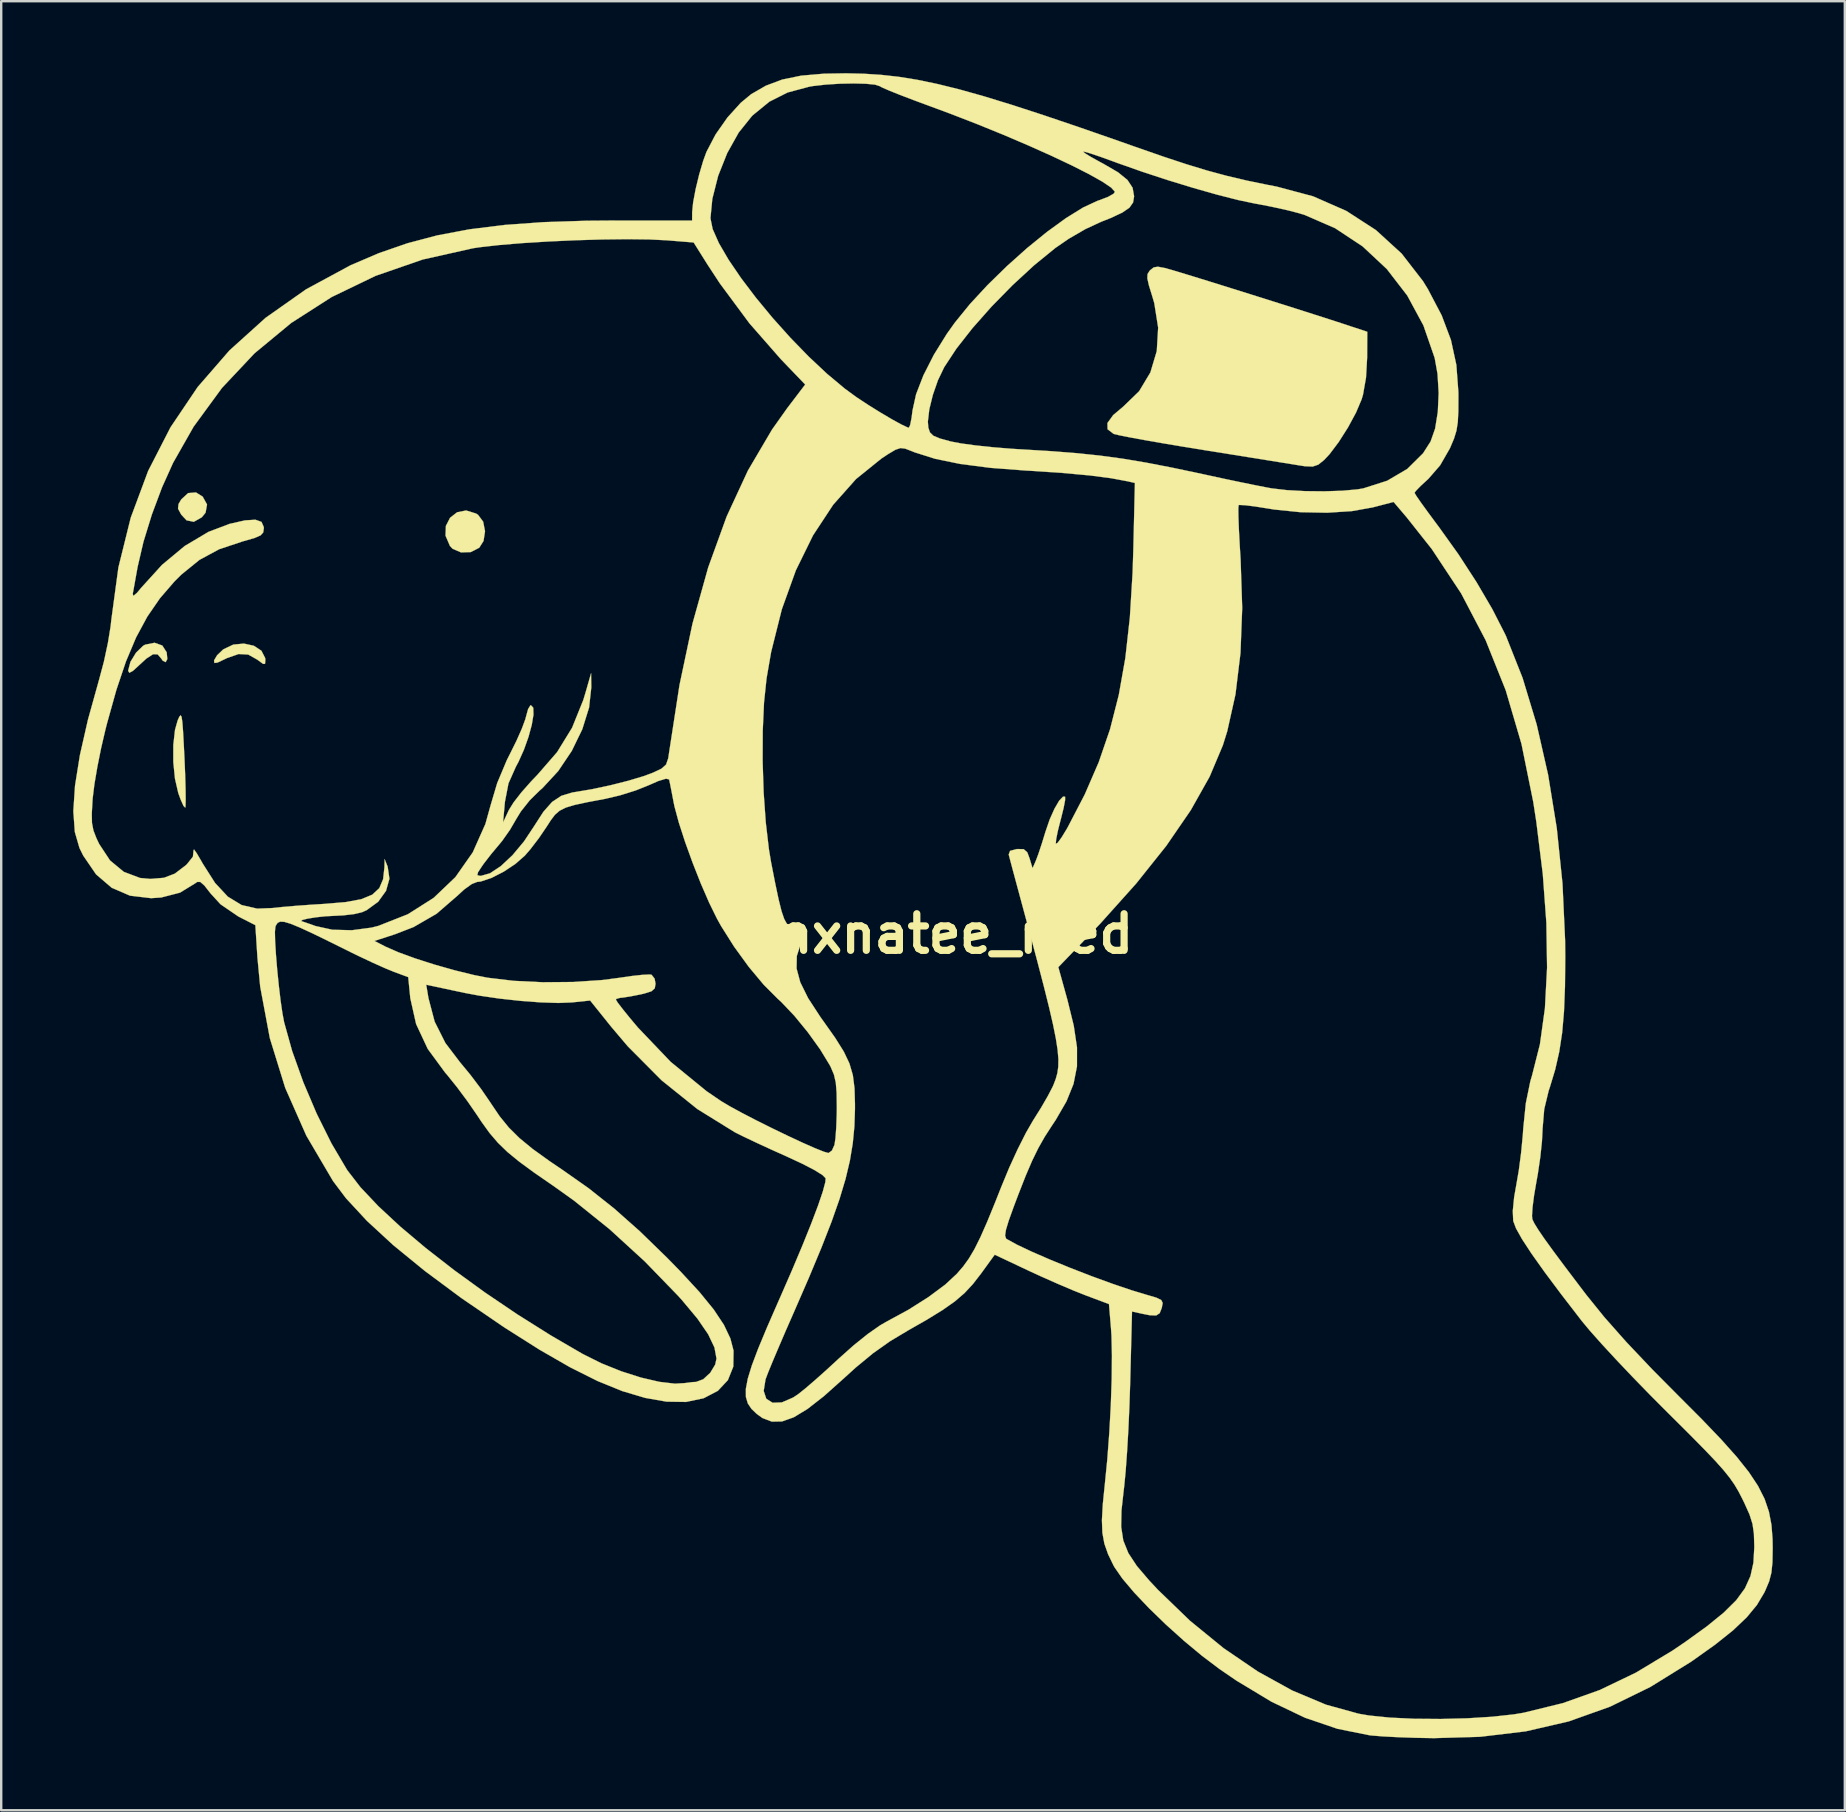
<source format=kicad_pcb>
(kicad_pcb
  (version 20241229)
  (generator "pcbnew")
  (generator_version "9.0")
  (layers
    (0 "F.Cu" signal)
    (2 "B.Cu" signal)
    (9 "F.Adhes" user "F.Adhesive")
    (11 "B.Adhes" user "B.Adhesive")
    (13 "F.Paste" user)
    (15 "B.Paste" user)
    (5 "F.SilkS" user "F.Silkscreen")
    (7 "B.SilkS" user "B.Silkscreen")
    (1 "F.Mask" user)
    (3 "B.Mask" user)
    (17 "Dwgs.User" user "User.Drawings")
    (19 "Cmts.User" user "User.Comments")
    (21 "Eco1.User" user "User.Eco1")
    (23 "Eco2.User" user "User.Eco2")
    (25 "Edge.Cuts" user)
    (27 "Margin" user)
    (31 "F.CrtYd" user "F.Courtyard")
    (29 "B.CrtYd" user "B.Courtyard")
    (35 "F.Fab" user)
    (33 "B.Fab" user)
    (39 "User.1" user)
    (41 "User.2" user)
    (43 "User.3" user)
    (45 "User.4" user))
  (footprint "mxnatee_med"
    (layer "F.Cu")
    (at 36.454 35.855)
    (property "Reference" "mxnatee_med" (at 0 0 0) (layer "F.SilkS") (effects (font (size 1.524 1.524) (thickness 0.3))))
    (attr through_hole)
    (fp_poly (pts (xy -31.061 -18.215) (xy -30.878 -17.887) (xy -30.939 -17.546) (xy -31.093 -17.355) (xy -31.428 -17.165) (xy -31.731 -17.226) (xy -31.952 -17.462) (xy -32.087 -17.711) (xy -32.065 -17.907) (xy -31.952 -18.098) (xy -31.666 -18.361) (xy -31.339 -18.388) (xy -31.061 -18.215)) (stroke (width 0.01) (type solid)) (fill yes) (layer "F.SilkS"))
    (fp_poly (pts (xy -19.672 -17.51) (xy -19.586 -17.455) (xy -19.373 -17.169) (xy -19.296 -16.771) (xy -19.358 -16.367) (xy -19.536 -16.085) (xy -19.891 -15.903) (xy -20.295 -15.89) (xy -20.645 -16.039) (xy -20.757 -16.157) (xy -20.942 -16.586) (xy -20.927 -16.993) (xy -20.752 -17.334) (xy -20.458 -17.563) (xy -20.084 -17.637) (xy -19.672 -17.51)) (stroke (width 0.01) (type solid)) (fill yes) (layer "F.SilkS"))
    (fp_poly (pts (xy -32.742 -12.01) (xy -32.559 -11.726) (xy -32.533 -11.446) (xy -32.602 -11.317) (xy -32.729 -11.383) (xy -32.782 -11.463) (xy -32.934 -11.641) (xy -33.127 -11.647) (xy -33.402 -11.47) (xy -33.681 -11.214) (xy -33.965 -10.955) (xy -34.115 -10.874) (xy -34.163 -10.954) (xy -34.163 -10.972) (xy -34.068 -11.333) (xy -33.835 -11.714) (xy -33.54 -11.999) (xy -33.456 -12.046) (xy -33.064 -12.125) (xy -32.742 -12.01)) (stroke (width 0.01) (type solid)) (fill yes) (layer "F.SilkS"))
    (fp_poly (pts (xy -31.939 -9.04) (xy -31.907 -8.825) (xy -31.877 -8.43) (xy -31.844 -7.827) (xy -31.819 -7.327) (xy -31.79 -6.639) (xy -31.773 -6.045) (xy -31.768 -5.588) (xy -31.775 -5.314) (xy -31.787 -5.255) (xy -31.858 -5.328) (xy -31.974 -5.583) (xy -32.077 -5.866) (xy -32.214 -6.462) (xy -32.284 -7.16) (xy -32.283 -7.869) (xy -32.212 -8.499) (xy -32.102 -8.89) (xy -32.032 -9.045) (xy -31.979 -9.104) (xy -31.939 -9.04)) (stroke (width 0.01) (type solid)) (fill yes) (layer "F.SilkS"))
    (fp_poly (pts (xy -28.93 -12.001) (xy -28.612 -11.793) (xy -28.455 -11.486) (xy -28.448 -11.401) (xy -28.462 -11.247) (xy -28.545 -11.246) (xy -28.758 -11.402) (xy -28.783 -11.421) (xy -29.163 -11.634) (xy -29.561 -11.656) (xy -30.047 -11.487) (xy -30.143 -11.44) (xy -30.441 -11.3) (xy -30.572 -11.282) (xy -30.585 -11.383) (xy -30.583 -11.395) (xy -30.46 -11.603) (xy -30.214 -11.839) (xy -30.194 -11.854) (xy -29.786 -12.048) (xy -29.343 -12.091) (xy -28.93 -12.001)) (stroke (width 0.01) (type solid)) (fill yes) (layer "F.SilkS"))
    (fp_poly (pts (xy 9.023 -27.74) (xy 9.298 -27.664) (xy 9.665 -27.554) (xy 10.23 -27.381) (xy 10.946 -27.16) (xy 11.768 -26.903) (xy 12.653 -26.626) (xy 13.554 -26.342) (xy 14.426 -26.066) (xy 15.225 -25.811) (xy 15.906 -25.593) (xy 16.383 -25.438) (xy 17.462 -25.082) (xy 17.456 -24.003) (xy 17.409 -23.169) (xy 17.285 -22.465) (xy 17.226 -22.265) (xy 16.993 -21.716) (xy 16.658 -21.096) (xy 16.272 -20.489) (xy 15.888 -19.98) (xy 15.663 -19.74) (xy 15.423 -19.547) (xy 15.19 -19.467) (xy 14.866 -19.479) (xy 14.605 -19.519) (xy 14.4 -19.553) (xy 13.98 -19.62) (xy 13.379 -19.717) (xy 12.634 -19.837) (xy 11.78 -19.974) (xy 10.851 -20.122) (xy 10.732 -20.141) (xy 9.798 -20.293) (xy 8.936 -20.438) (xy 8.181 -20.57) (xy 7.566 -20.683) (xy 7.128 -20.77) (xy 6.902 -20.825) (xy 6.89 -20.83) (xy 6.641 -21.02) (xy 6.636 -21.281) (xy 6.875 -21.611) (xy 7.291 -21.962) (xy 7.955 -22.604) (xy 8.425 -23.387) (xy 8.692 -24.281) (xy 8.749 -25.255) (xy 8.587 -26.277) (xy 8.507 -26.549) (xy 8.363 -27.017) (xy 8.298 -27.309) (xy 8.307 -27.487) (xy 8.386 -27.616) (xy 8.422 -27.653) (xy 8.564 -27.765) (xy 8.738 -27.793) (xy 9.023 -27.74)) (stroke (width 0.01) (type solid)) (fill yes) (layer "F.SilkS"))
    (fp_poly (pts (xy -3.515 -35.833) (xy -2.789 -35.786) (xy -2.051 -35.704) (xy -1.278 -35.579) (xy -0.446 -35.406) (xy 0.469 -35.18) (xy 1.492 -34.893) (xy 2.646 -34.539) (xy 3.955 -34.113) (xy 5.444 -33.609) (xy 7.136 -33.02) (xy 7.808 -32.783) (xy 8.957 -32.383) (xy 9.932 -32.061) (xy 10.793 -31.799) (xy 11.604 -31.58) (xy 12.424 -31.386) (xy 13.316 -31.202) (xy 13.694 -31.129) (xy 15.206 -30.725) (xy 16.588 -30.118) (xy 17.822 -29.319) (xy 18.893 -28.34) (xy 19.783 -27.192) (xy 19.987 -26.86) (xy 20.561 -25.767) (xy 20.948 -24.74) (xy 21.173 -23.702) (xy 21.257 -22.575) (xy 21.259 -22.416) (xy 21.256 -21.775) (xy 21.233 -21.313) (xy 21.176 -20.955) (xy 21.074 -20.626) (xy 20.914 -20.25) (xy 20.899 -20.217) (xy 20.496 -19.517) (xy 20.008 -18.955) (xy 19.982 -18.931) (xy 19.685 -18.658) (xy 19.485 -18.451) (xy 19.431 -18.371) (xy 19.503 -18.248) (xy 19.701 -17.962) (xy 19.997 -17.553) (xy 20.362 -17.06) (xy 20.46 -16.929) (xy 21.262 -15.808) (xy 22.014 -14.649) (xy 22.673 -13.523) (xy 23.197 -12.498) (xy 23.245 -12.395) (xy 23.933 -10.658) (xy 24.519 -8.723) (xy 24.996 -6.625) (xy 25.357 -4.403) (xy 25.595 -2.093) (xy 25.704 0.268) (xy 25.711 0.953) (xy 25.699 2.195) (xy 25.658 3.235) (xy 25.581 4.125) (xy 25.46 4.914) (xy 25.292 5.655) (xy 25.067 6.398) (xy 25.018 6.543) (xy 24.834 7.307) (xy 24.765 8.129) (xy 24.765 8.141) (xy 24.739 8.653) (xy 24.67 9.306) (xy 24.569 9.995) (xy 24.509 10.329) (xy 24.411 10.901) (xy 24.347 11.397) (xy 24.325 11.755) (xy 24.339 11.891) (xy 24.422 12.066) (xy 24.584 12.328) (xy 24.837 12.699) (xy 25.198 13.198) (xy 25.68 13.846) (xy 26.3 14.665) (xy 26.593 15.05) (xy 27.338 15.972) (xy 28.251 17.004) (xy 29.345 18.159) (xy 30.418 19.241) (xy 31.398 20.223) (xy 32.204 21.064) (xy 32.852 21.79) (xy 33.359 22.427) (xy 33.741 23.003) (xy 34.014 23.543) (xy 34.195 24.074) (xy 34.301 24.623) (xy 34.347 25.215) (xy 34.353 25.59) (xy 34.343 26.186) (xy 34.299 26.619) (xy 34.205 26.981) (xy 34.044 27.362) (xy 33.999 27.456) (xy 33.693 27.968) (xy 33.269 28.481) (xy 32.699 29.022) (xy 31.955 29.616) (xy 31.01 30.289) (xy 30.944 30.334) (xy 29.255 31.38) (xy 27.572 32.203) (xy 25.854 32.815) (xy 24.062 33.229) (xy 22.153 33.457) (xy 20.24 33.512) (xy 19.494 33.499) (xy 18.766 33.474) (xy 18.127 33.441) (xy 17.651 33.403) (xy 17.56 33.393) (xy 16.224 33.125) (xy 14.869 32.663) (xy 13.47 31.995) (xy 12.003 31.11) (xy 11.307 30.634) (xy 10.577 30.083) (xy 9.819 29.452) (xy 9.07 28.778) (xy 8.368 28.097) (xy 7.752 27.448) (xy 7.26 26.866) (xy 6.929 26.389) (xy 6.891 26.321) (xy 6.662 25.848) (xy 6.509 25.414) (xy 6.426 24.962) (xy 6.406 24.432) (xy 6.443 23.767) (xy 6.526 22.95) (xy 6.63 21.899) (xy 6.714 20.778) (xy 6.776 19.645) (xy 6.813 18.559) (xy 6.823 17.579) (xy 6.805 16.763) (xy 6.784 16.44) (xy 6.7 15.428) (xy 5.731 15.065) (xy 5.208 14.857) (xy 4.55 14.577) (xy 3.852 14.267) (xy 3.351 14.036) (xy 1.94 13.37) (xy 1.359 14.171) (xy 1.026 14.6) (xy 0.68 14.971) (xy 0.276 15.318) (xy -0.23 15.674) (xy -0.879 16.074) (xy -1.661 16.52) (xy -2.427 16.979) (xy -3.129 17.476) (xy -3.85 18.071) (xy -4.371 18.544) (xy -5.181 19.267) (xy -5.86 19.797) (xy -6.432 20.144) (xy -6.919 20.317) (xy -7.346 20.325) (xy -7.734 20.177) (xy -7.975 20.005) (xy -8.195 19.794) (xy -8.347 19.567) (xy -8.427 19.299) (xy -8.429 18.962) (xy -8.348 18.532) (xy -8.179 17.982) (xy -7.916 17.285) (xy -7.555 16.416) (xy -7.089 15.349) (xy -6.999 15.146) (xy -6.505 14.014) (xy -6.072 12.985) (xy -5.708 12.082) (xy -5.422 11.326) (xy -5.223 10.74) (xy -5.117 10.344) (xy -5.105 10.186) (xy -5.237 10.051) (xy -5.575 9.841) (xy -6.092 9.574) (xy -6.731 9.277) (xy -7.374 8.988) (xy -7.987 8.705) (xy -8.505 8.46) (xy -8.862 8.282) (xy -8.89 8.268) (xy -10.45 7.302) (xy -11.942 6.103) (xy -13.35 4.686) (xy -14.031 3.883) (xy -14.917 2.78) (xy -15.682 2.86) (xy -16.24 2.882) (xy -16.977 2.858) (xy -17.82 2.795) (xy -18.698 2.699) (xy -19.541 2.576) (xy -20.13 2.466) (xy -20.633 2.359) (xy -21.087 2.262) (xy -21.382 2.199) (xy -21.746 2.122) (xy -21.653 2.68) (xy -21.395 3.66) (xy -20.948 4.55) (xy -20.344 5.345) (xy -19.908 5.873) (xy -19.454 6.474) (xy -19.076 7.025) (xy -19.054 7.06) (xy -18.687 7.603) (xy -18.304 8.074) (xy -17.86 8.514) (xy -17.311 8.965) (xy -16.611 9.469) (xy -16.066 9.838) (xy -14.982 10.6) (xy -13.926 11.437) (xy -12.852 12.389) (xy -11.712 13.497) (xy -11.15 14.072) (xy -10.364 14.923) (xy -9.768 15.654) (xy -9.344 16.292) (xy -9.073 16.862) (xy -8.942 17.368) (xy -8.952 18.033) (xy -9.178 18.597) (xy -9.597 19.043) (xy -10.187 19.351) (xy -10.922 19.505) (xy -11.735 19.493) (xy -12.627 19.336) (xy -13.578 19.053) (xy -14.611 18.632) (xy -15.75 18.062) (xy -17.018 17.333) (xy -18.438 16.434) (xy -18.549 16.361) (xy -20.28 15.178) (xy -21.806 14.045) (xy -23.122 12.97) (xy -24.218 11.959) (xy -25.089 11.018) (xy -25.629 10.301) (xy -26.741 8.411) (xy -27.62 6.422) (xy -28.262 4.348) (xy -28.663 2.204) (xy -28.778 0.995) (xy -28.847 -0.083) (xy -28.05 -0.083) (xy -28.041 0.322) (xy -28.007 0.867) (xy -27.955 1.495) (xy -27.889 2.149) (xy -27.815 2.773) (xy -27.737 3.311) (xy -27.667 3.683) (xy -27.331 4.887) (xy -26.866 6.187) (xy -26.309 7.497) (xy -25.696 8.73) (xy -25.065 9.801) (xy -25.024 9.864) (xy -24.487 10.559) (xy -23.747 11.343) (xy -22.832 12.194) (xy -21.767 13.091) (xy -20.581 14.015) (xy -19.299 14.944) (xy -17.948 15.857) (xy -16.555 16.733) (xy -15.227 17.506) (xy -14.451 17.893) (xy -13.622 18.227) (xy -12.797 18.49) (xy -12.031 18.668) (xy -11.381 18.744) (xy -10.986 18.721) (xy -10.651 18.678) (xy -10.503 18.671) (xy -10.204 18.56) (xy -9.913 18.291) (xy -9.707 17.949) (xy -9.652 17.699) (xy -9.737 17.236) (xy -9.999 16.686) (xy -10.448 16.032) (xy -11.095 15.257) (xy -11.252 15.083) (xy -12.644 13.647) (xy -14.11 12.306) (xy -15.588 11.117) (xy -16.439 10.509) (xy -17.241 9.956) (xy -17.866 9.498) (xy -18.358 9.095) (xy -18.756 8.71) (xy -19.103 8.305) (xy -19.438 7.841) (xy -19.627 7.556) (xy -20.018 6.989) (xy -20.461 6.393) (xy -20.874 5.879) (xy -20.961 5.779) (xy -21.683 4.796) (xy -22.168 3.759) (xy -22.409 2.686) (xy -22.413 2.649) (xy -22.496 1.806) (xy -23.091 1.586) (xy -23.464 1.433) (xy -23.981 1.201) (xy -24.559 0.929) (xy -24.892 0.766) (xy -25.792 0.32) (xy -25.835 0.298) (xy -23.902 0.298) (xy -23.442 0.535) (xy -22.91 0.769) (xy -22.201 1.027) (xy -21.389 1.287) (xy -20.546 1.525) (xy -19.746 1.721) (xy -19.186 1.831) (xy -18.105 1.96) (xy -16.882 2.019) (xy -15.621 2.008) (xy -14.424 1.928) (xy -13.724 1.837) (xy -13.187 1.759) (xy -12.736 1.71) (xy -12.436 1.696) (xy -12.359 1.706) (xy -12.23 1.868) (xy -12.192 2.081) (xy -12.224 2.273) (xy -12.362 2.396) (xy -12.668 2.492) (xy -12.833 2.529) (xy -13.238 2.609) (xy -13.557 2.659) (xy -13.659 2.667) (xy -13.824 2.712) (xy -13.843 2.747) (xy -13.766 2.87) (xy -13.556 3.143) (xy -13.247 3.524) (xy -12.929 3.903) (xy -11.56 5.337) (xy -10.064 6.559) (xy -9.465 6.968) (xy -9.096 7.188) (xy -8.587 7.465) (xy -7.985 7.777) (xy -7.335 8.101) (xy -6.683 8.416) (xy -6.076 8.699) (xy -5.559 8.928) (xy -5.178 9.08) (xy -4.987 9.134) (xy -4.845 9.033) (xy -4.737 8.795) (xy -4.695 8.515) (xy -4.662 8.059) (xy -4.642 7.506) (xy -4.639 7.239) (xy -4.647 6.63) (xy -4.682 6.198) (xy -4.759 5.866) (xy -4.89 5.558) (xy -4.938 5.465) (xy -5.336 4.812) (xy -5.85 4.098) (xy -6.412 3.412) (xy -6.954 2.841) (xy -7.103 2.705) (xy -7.686 2.121) (xy -8.31 1.374) (xy -8.919 0.535) (xy -9.46 -0.322) (xy -9.634 -0.635) (xy -9.959 -1.297) (xy -10.306 -2.096) (xy -10.648 -2.963) (xy -10.962 -3.831) (xy -11.221 -4.631) (xy -11.4 -5.295) (xy -11.438 -5.476) (xy -11.522 -5.918) (xy -11.591 -6.266) (xy -11.627 -6.431) (xy -11.756 -6.462) (xy -12.078 -6.364) (xy -12.468 -6.193) (xy -13.013 -5.974) (xy -13.668 -5.769) (xy -14.287 -5.623) (xy -15.022 -5.485) (xy -15.552 -5.371) (xy -15.926 -5.26) (xy -16.187 -5.129) (xy -16.384 -4.958) (xy -16.561 -4.723) (xy -16.723 -4.47) (xy -17.045 -3.996) (xy -17.403 -3.527) (xy -17.638 -3.255) (xy -18.033 -2.909) (xy -18.524 -2.584) (xy -19.03 -2.326) (xy -19.47 -2.179) (xy -19.627 -2.16) (xy -19.848 -2.073) (xy -20.163 -1.847) (xy -20.452 -1.581) (xy -21.316 -0.833) (xy -22.272 -0.281) (xy -23.032 0.014) (xy -23.902 0.298) (xy -25.835 0.298) (xy -26.492 -0.021) (xy -27.019 -0.264) (xy -27.401 -0.42) (xy -27.664 -0.498) (xy -27.834 -0.505) (xy -27.94 -0.453) (xy -28.007 -0.349) (xy -28.03 -0.293) (xy -28.05 -0.083) (xy -28.847 -0.083) (xy -28.865 -0.359) (xy -29.577 -0.723) (xy -30.314 -1.227) (xy -30.73 -1.681) (xy -30.988 -2.01) (xy -31.158 -2.159) (xy -31.289 -2.159) (xy -31.365 -2.106) (xy -32.002 -1.715) (xy -32.788 -1.512) (xy -33.21 -1.484) (xy -34.088 -1.588) (xy -34.851 -1.918) (xy -35.501 -2.475) (xy -36.037 -3.258) (xy -36.193 -3.575) (xy -36.387 -4.244) (xy -36.441 -5.008) (xy -35.68 -5.008) (xy -35.672 -4.619) (xy -35.612 -4.307) (xy -35.488 -3.985) (xy -35.372 -3.741) (xy -34.921 -3.057) (xy -34.346 -2.581) (xy -33.67 -2.326) (xy -33.241 -2.286) (xy -32.673 -2.333) (xy -32.221 -2.506) (xy -31.77 -2.849) (xy -31.717 -2.898) (xy -31.466 -3.213) (xy -31.439 -3.485) (xy -31.419 -3.512) (xy -31.303 -3.348) (xy -31.115 -3.028) (xy -31.06 -2.929) (xy -30.545 -2.12) (xy -30.012 -1.547) (xy -29.434 -1.196) (xy -28.788 -1.048) (xy -28.165 -1.072) (xy -27.763 -1.115) (xy -27.19 -1.164) (xy -26.528 -1.212) (xy -25.966 -1.247) (xy -25.096 -1.321) (xy -24.448 -1.442) (xy -23.993 -1.63) (xy -23.701 -1.901) (xy -23.542 -2.276) (xy -23.487 -2.77) (xy -23.487 -2.771) (xy -23.479 -3.111) (xy -23.352 -2.794) (xy -23.279 -2.294) (xy -23.421 -1.789) (xy -23.749 -1.333) (xy -24.23 -0.983) (xy -24.424 -0.897) (xy -24.747 -0.821) (xy -25.207 -0.767) (xy -25.567 -0.749) (xy -25.949 -0.729) (xy -26.339 -0.687) (xy -26.677 -0.633) (xy -26.903 -0.578) (xy -26.958 -0.531) (xy -26.924 -0.519) (xy -26.775 -0.47) (xy -26.479 -0.367) (xy -26.352 -0.321) (xy -25.658 -0.169) (xy -24.848 -0.148) (xy -24.026 -0.257) (xy -23.74 -0.33) (xy -22.51 -0.815) (xy -21.436 -1.497) (xy -20.531 -2.36) (xy -19.808 -3.391) (xy -19.28 -4.576) (xy -19.062 -5.36) (xy -18.789 -6.28) (xy -18.387 -7.237) (xy -18.248 -7.512) (xy -17.985 -8.043) (xy -17.763 -8.544) (xy -17.617 -8.938) (xy -17.583 -9.068) (xy -17.5 -9.366) (xy -17.404 -9.519) (xy -17.385 -9.525) (xy -17.286 -9.417) (xy -17.278 -9.128) (xy -17.348 -8.707) (xy -17.484 -8.205) (xy -17.674 -7.672) (xy -17.904 -7.159) (xy -18.011 -6.96) (xy -18.319 -6.267) (xy -18.467 -5.5) (xy -18.471 -5.461) (xy -18.545 -4.636) (xy -18.303 -5.156) (xy -18.108 -5.47) (xy -17.781 -5.891) (xy -17.374 -6.352) (xy -17.117 -6.62) (xy -16.294 -7.567) (xy -15.67 -8.582) (xy -15.203 -9.738) (xy -15.103 -10.067) (xy -14.877 -10.858) (xy -14.868 -10.269) (xy -14.961 -9.426) (xy -15.243 -8.522) (xy -15.682 -7.619) (xy -16.246 -6.78) (xy -16.903 -6.07) (xy -17.03 -5.959) (xy -17.434 -5.561) (xy -17.801 -5.099) (xy -17.982 -4.804) (xy -18.255 -4.335) (xy -18.58 -3.873) (xy -18.714 -3.71) (xy -19.035 -3.327) (xy -19.337 -2.937) (xy -19.416 -2.826) (xy -19.589 -2.562) (xy -19.617 -2.443) (xy -19.509 -2.414) (xy -19.468 -2.413) (xy -19.087 -2.521) (xy -18.635 -2.821) (xy -18.15 -3.276) (xy -17.672 -3.849) (xy -17.261 -4.468) (xy -16.866 -5.081) (xy -16.501 -5.494) (xy -16.116 -5.749) (xy -15.661 -5.887) (xy -15.517 -5.91) (xy -14.829 -6.026) (xy -14.071 -6.188) (xy -13.328 -6.376) (xy -12.684 -6.569) (xy -12.296 -6.713) (xy -11.941 -6.882) (xy -11.754 -7.05) (xy -11.704 -7.193) (xy -7.73 -7.193) (xy -7.688 -5.895) (xy -7.6 -4.648) (xy -7.469 -3.526) (xy -7.379 -2.985) (xy -7.204 -2.093) (xy -7.062 -1.421) (xy -6.941 -0.939) (xy -6.831 -0.617) (xy -6.724 -0.423) (xy -6.608 -0.329) (xy -6.492 -0.303) (xy -6.151 -0.223) (xy -6.023 -0.017) (xy -6.1 0.33) (xy -6.142 0.425) (xy -6.306 0.925) (xy -6.316 1.445) (xy -6.162 2.02) (xy -5.834 2.683) (xy -5.323 3.467) (xy -5.197 3.643) (xy -4.703 4.342) (xy -4.349 4.908) (xy -4.113 5.403) (xy -3.971 5.89) (xy -3.902 6.432) (xy -3.883 7.09) (xy -3.883 7.303) (xy -3.907 8.024) (xy -3.975 8.73) (xy -4.094 9.45) (xy -4.275 10.214) (xy -4.527 11.052) (xy -4.858 11.995) (xy -5.278 13.071) (xy -5.796 14.313) (xy -6.42 15.748) (xy -6.448 15.812) (xy -6.772 16.55) (xy -7.068 17.24) (xy -7.32 17.835) (xy -7.506 18.29) (xy -7.608 18.561) (xy -7.61 18.568) (xy -7.686 19.046) (xy -7.577 19.374) (xy -7.315 19.538) (xy -6.931 19.525) (xy -6.456 19.319) (xy -6.26 19.189) (xy -5.969 18.958) (xy -5.55 18.599) (xy -5.059 18.161) (xy -4.551 17.693) (xy -4.538 17.681) (xy -3.932 17.141) (xy -3.342 16.668) (xy -2.829 16.31) (xy -2.584 16.169) (xy -1.661 15.667) (xy -0.823 15.137) (xy -0.121 14.615) (xy 0.359 14.169) (xy 0.625 13.861) (xy 0.865 13.528) (xy 1.099 13.132) (xy 1.346 12.635) (xy 1.373 12.573) (xy 2.372 12.573) (xy 2.412 12.697) (xy 2.436 12.716) (xy 2.865 12.952) (xy 3.484 13.245) (xy 4.241 13.574) (xy 5.085 13.919) (xy 5.963 14.26) (xy 6.825 14.575) (xy 7.617 14.844) (xy 8.276 15.043) (xy 8.675 15.16) (xy 8.879 15.259) (xy 8.938 15.382) (xy 8.902 15.576) (xy 8.899 15.59) (xy 8.813 15.807) (xy 8.668 15.902) (xy 8.399 15.893) (xy 8.053 15.824) (xy 7.66 15.737) (xy 7.582 18.759) (xy 7.55 19.711) (xy 7.507 20.673) (xy 7.454 21.582) (xy 7.396 22.38) (xy 7.336 23.005) (xy 7.315 23.181) (xy 7.221 24.027) (xy 7.208 24.706) (xy 7.296 25.278) (xy 7.507 25.802) (xy 7.86 26.338) (xy 8.377 26.944) (xy 8.74 27.332) (xy 10.077 28.623) (xy 11.474 29.763) (xy 12.903 30.737) (xy 14.336 31.528) (xy 15.746 32.12) (xy 17.105 32.495) (xy 17.536 32.569) (xy 18.4 32.657) (xy 19.418 32.705) (xy 20.517 32.714) (xy 21.624 32.686) (xy 22.665 32.621) (xy 23.568 32.522) (xy 23.98 32.453) (xy 25.613 32.053) (xy 27.152 31.505) (xy 28.655 30.783) (xy 30.181 29.863) (xy 30.713 29.502) (xy 31.615 28.851) (xy 32.313 28.283) (xy 32.833 27.768) (xy 33.196 27.271) (xy 33.427 26.76) (xy 33.55 26.204) (xy 33.586 25.569) (xy 33.586 25.509) (xy 33.57 24.992) (xy 33.512 24.587) (xy 33.387 24.193) (xy 33.169 23.708) (xy 33.087 23.54) (xy 32.929 23.234) (xy 32.761 22.95) (xy 32.56 22.662) (xy 32.302 22.342) (xy 31.964 21.963) (xy 31.521 21.498) (xy 30.951 20.919) (xy 30.23 20.2) (xy 29.967 19.939) (xy 29.234 19.203) (xy 28.51 18.458) (xy 27.829 17.74) (xy 27.226 17.087) (xy 26.737 16.537) (xy 26.401 16.133) (xy 25.542 15.019) (xy 24.845 14.086) (xy 24.304 13.324) (xy 23.911 12.724) (xy 23.66 12.276) (xy 23.545 11.972) (xy 23.542 11.96) (xy 23.524 11.547) (xy 23.581 10.97) (xy 23.67 10.464) (xy 23.775 9.858) (xy 23.871 9.122) (xy 23.942 8.384) (xy 23.96 8.113) (xy 24.068 7.057) (xy 24.255 6.145) (xy 24.326 5.905) (xy 24.654 4.609) (xy 24.863 3.105) (xy 24.953 1.41) (xy 24.923 -0.461) (xy 24.774 -2.491) (xy 24.505 -4.663) (xy 24.376 -5.499) (xy 23.886 -7.912) (xy 23.229 -10.148) (xy 22.394 -12.231) (xy 21.371 -14.184) (xy 20.149 -16.03) (xy 19.107 -17.346) (xy 18.558 -17.992) (xy 17.693 -17.766) (xy 16.821 -17.61) (xy 15.792 -17.543) (xy 14.686 -17.564) (xy 13.587 -17.676) (xy 13.289 -17.724) (xy 12.784 -17.804) (xy 12.382 -17.854) (xy 12.141 -17.867) (xy 12.101 -17.859) (xy 12.089 -17.718) (xy 12.093 -17.366) (xy 12.113 -16.845) (xy 12.147 -16.198) (xy 12.184 -15.597) (xy 12.251 -13.577) (xy 12.179 -11.694) (xy 11.97 -9.972) (xy 11.626 -8.433) (xy 11.445 -7.854) (xy 10.893 -6.545) (xy 10.107 -5.149) (xy 9.088 -3.665) (xy 7.833 -2.093) (xy 6.342 -0.43) (xy 5.905 0.028) (xy 4.59 1.39) (xy 4.97 2.759) (xy 5.233 3.831) (xy 5.368 4.735) (xy 5.367 5.525) (xy 5.223 6.255) (xy 4.93 6.98) (xy 4.482 7.754) (xy 4.318 8) (xy 4.022 8.459) (xy 3.758 8.924) (xy 3.502 9.447) (xy 3.23 10.081) (xy 2.918 10.877) (xy 2.738 11.353) (xy 2.526 11.941) (xy 2.407 12.334) (xy 2.372 12.573) (xy 1.373 12.573) (xy 1.626 11.999) (xy 1.959 11.186) (xy 2.214 10.541) (xy 2.541 9.751) (xy 2.895 8.978) (xy 3.24 8.294) (xy 3.54 7.773) (xy 3.557 7.747) (xy 3.87 7.247) (xy 4.153 6.758) (xy 4.355 6.369) (xy 4.391 6.287) (xy 4.483 6.047) (xy 4.55 5.804) (xy 4.588 5.538) (xy 4.593 5.225) (xy 4.561 4.844) (xy 4.488 4.371) (xy 4.371 3.786) (xy 4.205 3.066) (xy 3.986 2.188) (xy 3.711 1.131) (xy 3.375 -0.127) (xy 2.998 -1.524) (xy 2.833 -2.137) (xy 2.689 -2.671) (xy 2.582 -3.074) (xy 2.525 -3.291) (xy 2.522 -3.302) (xy 2.579 -3.455) (xy 2.859 -3.53) (xy 2.869 -3.531) (xy 3.147 -3.526) (xy 3.298 -3.392) (xy 3.389 -3.15) (xy 3.516 -2.731) (xy 3.654 -3.048) (xy 3.76 -3.329) (xy 3.903 -3.761) (xy 4.054 -4.251) (xy 4.055 -4.255) (xy 4.23 -4.765) (xy 4.429 -5.21) (xy 4.623 -5.543) (xy 4.786 -5.715) (xy 4.872 -5.711) (xy 4.872 -5.567) (xy 4.811 -5.246) (xy 4.704 -4.813) (xy 4.69 -4.762) (xy 4.575 -4.31) (xy 4.501 -3.951) (xy 4.484 -3.757) (xy 4.486 -3.751) (xy 4.561 -3.791) (xy 4.723 -4.011) (xy 4.94 -4.366) (xy 4.986 -4.448) (xy 5.691 -5.806) (xy 6.273 -7.149) (xy 6.743 -8.517) (xy 7.109 -9.951) (xy 7.382 -11.491) (xy 7.57 -13.177) (xy 7.684 -15.05) (xy 7.715 -16.027) (xy 7.78 -18.783) (xy 7.478 -18.852) (xy 6.782 -18.982) (xy 5.892 -19.097) (xy 4.789 -19.198) (xy 3.455 -19.288) (xy 3.236 -19.3) (xy 1.755 -19.413) (xy 0.502 -19.575) (xy -0.542 -19.789) (xy -1.399 -20.06) (xy -1.545 -20.119) (xy -1.793 -20.214) (xy -1.986 -20.237) (xy -2.196 -20.167) (xy -2.498 -19.988) (xy -2.782 -19.8) (xy -3.839 -18.946) (xy -4.791 -17.875) (xy -5.629 -16.602) (xy -6.345 -15.144) (xy -6.93 -13.52) (xy -7.375 -11.745) (xy -7.567 -10.638) (xy -7.672 -9.639) (xy -7.725 -8.465) (xy -7.73 -7.193) (xy -11.704 -7.193) (xy -11.664 -7.308) (xy -11.623 -7.58) (xy -11.194 -10.364) (xy -10.652 -12.924) (xy -9.998 -15.264) (xy -9.228 -17.388) (xy -8.342 -19.301) (xy -7.338 -21.008) (xy -6.714 -21.888) (xy -5.957 -22.884) (xy -6.972 -23.941) (xy -8.28 -25.434) (xy -9.514 -27.1) (xy -10.041 -27.905) (xy -10.604 -28.802) (xy -11.721 -28.893) (xy -12.45 -28.929) (xy -13.368 -28.94) (xy -14.417 -28.928) (xy -15.535 -28.895) (xy -16.665 -28.843) (xy -17.745 -28.776) (xy -18.717 -28.695) (xy -19.52 -28.604) (xy -19.803 -28.561) (xy -21.89 -28.093) (xy -23.854 -27.413) (xy -25.685 -26.53) (xy -27.369 -25.451) (xy -28.898 -24.186) (xy -30.257 -22.742) (xy -31.438 -21.127) (xy -32.293 -19.622) (xy -32.753 -18.601) (xy -33.176 -17.471) (xy -33.526 -16.336) (xy -33.768 -15.298) (xy -33.779 -15.24) (xy -33.863 -14.772) (xy -33.934 -14.375) (xy -33.974 -14.161) (xy -33.947 -14.077) (xy -33.791 -14.211) (xy -33.622 -14.415) (xy -32.753 -15.372) (xy -31.805 -16.159) (xy -30.818 -16.746) (xy -29.937 -17.079) (xy -29.298 -17.224) (xy -28.863 -17.252) (xy -28.609 -17.161) (xy -28.514 -16.947) (xy -28.512 -16.894) (xy -28.536 -16.723) (xy -28.646 -16.6) (xy -28.893 -16.492) (xy -29.329 -16.366) (xy -29.393 -16.349) (xy -30.371 -16.023) (xy -31.193 -15.579) (xy -31.951 -14.963) (xy -32.234 -14.681) (xy -32.838 -13.982) (xy -33.365 -13.217) (xy -33.833 -12.35) (xy -34.257 -11.344) (xy -34.655 -10.163) (xy -35.044 -8.771) (xy -35.111 -8.509) (xy -35.289 -7.746) (xy -35.447 -6.96) (xy -35.57 -6.235) (xy -35.642 -5.654) (xy -35.649 -5.563) (xy -35.68 -5.008) (xy -36.441 -5.008) (xy -36.449 -5.11) (xy -36.378 -6.176) (xy -36.175 -7.445) (xy -35.839 -8.923) (xy -35.371 -10.604) (xy -35.174 -11.343) (xy -35.008 -12.119) (xy -34.894 -12.819) (xy -34.866 -13.081) (xy -34.571 -15.264) (xy -34.057 -17.336) (xy -33.331 -19.286) (xy -32.398 -21.105) (xy -31.268 -22.781) (xy -29.945 -24.304) (xy -28.438 -25.664) (xy -26.754 -26.85) (xy -24.899 -27.853) (xy -24.883 -27.86) (xy -23.717 -28.359) (xy -22.528 -28.77) (xy -21.283 -29.099) (xy -19.946 -29.351) (xy -18.484 -29.533) (xy -16.862 -29.65) (xy -15.046 -29.709) (xy -13.848 -29.718) (xy -10.668 -29.718) (xy -10.667 -29.812) (xy -9.904 -29.812) (xy -9.813 -29.363) (xy -9.554 -28.778) (xy -9.151 -28.086) (xy -8.627 -27.316) (xy -8.007 -26.498) (xy -7.315 -25.661) (xy -6.574 -24.834) (xy -5.809 -24.047) (xy -5.044 -23.329) (xy -4.302 -22.709) (xy -3.81 -22.35) (xy -3.327 -22.032) (xy -2.821 -21.718) (xy -2.346 -21.437) (xy -1.953 -21.221) (xy -1.696 -21.1) (xy -1.637 -21.084) (xy -1.584 -21.198) (xy -1.555 -21.341) (xy -0.846 -21.341) (xy -0.827 -21.09) (xy -0.759 -20.89) (xy -0.62 -20.752) (xy -0.351 -20.638) (xy 0.102 -20.513) (xy 0.532 -20.431) (xy 1.146 -20.347) (xy 1.877 -20.27) (xy 2.657 -20.207) (xy 3.02 -20.185) (xy 4.262 -20.11) (xy 5.342 -20.026) (xy 6.327 -19.923) (xy 7.282 -19.793) (xy 8.275 -19.626) (xy 9.372 -19.413) (xy 10.639 -19.145) (xy 10.821 -19.105) (xy 11.56 -18.945) (xy 12.268 -18.797) (xy 12.882 -18.672) (xy 13.341 -18.583) (xy 13.488 -18.557) (xy 14.115 -18.484) (xy 14.869 -18.443) (xy 15.665 -18.435) (xy 16.421 -18.459) (xy 17.051 -18.516) (xy 17.297 -18.558) (xy 18.292 -18.876) (xy 19.128 -19.368) (xy 19.785 -20.018) (xy 20.1 -20.511) (xy 20.288 -21.047) (xy 20.401 -21.748) (xy 20.436 -22.534) (xy 20.389 -23.325) (xy 20.27 -23.991) (xy 19.8 -25.348) (xy 19.128 -26.591) (xy 18.275 -27.697) (xy 17.265 -28.641) (xy 16.12 -29.398) (xy 14.863 -29.945) (xy 14.613 -30.023) (xy 14.156 -30.142) (xy 13.56 -30.274) (xy 12.935 -30.397) (xy 12.782 -30.424) (xy 12.086 -30.57) (xy 11.21 -30.793) (xy 10.213 -31.076) (xy 9.149 -31.401) (xy 8.077 -31.753) (xy 7.054 -32.114) (xy 6.865 -32.184) (xy 6.358 -32.367) (xy 5.949 -32.506) (xy 5.688 -32.582) (xy 5.623 -32.589) (xy 5.706 -32.515) (xy 5.966 -32.357) (xy 6.35 -32.144) (xy 6.47 -32.08) (xy 7.077 -31.727) (xy 7.471 -31.406) (xy 7.684 -31.082) (xy 7.747 -30.725) (xy 7.705 -30.47) (xy 7.554 -30.254) (xy 7.256 -30.048) (xy 6.774 -29.823) (xy 6.367 -29.661) (xy 5.726 -29.365) (xy 5.026 -28.959) (xy 4.462 -28.571) (xy 3.578 -27.85) (xy 2.678 -27.02) (xy 1.808 -26.132) (xy 1.013 -25.234) (xy 0.34 -24.375) (xy -0.166 -23.605) (xy -0.169 -23.599) (xy -0.427 -23.059) (xy -0.639 -22.45) (xy -0.786 -21.851) (xy -0.846 -21.341) (xy -1.555 -21.341) (xy -1.525 -21.494) (xy -1.484 -21.81) (xy -1.337 -22.477) (xy -1.032 -23.266) (xy -0.596 -24.124) (xy -0.055 -24.996) (xy 0.278 -25.463) (xy 0.905 -26.234) (xy 1.64 -27.028) (xy 2.445 -27.815) (xy 3.282 -28.564) (xy 4.116 -29.242) (xy 4.909 -29.818) (xy 5.624 -30.261) (xy 6.224 -30.539) (xy 6.29 -30.561) (xy 6.658 -30.701) (xy 6.895 -30.835) (xy 6.947 -30.917) (xy 6.79 -31.09) (xy 6.421 -31.339) (xy 5.866 -31.65) (xy 5.151 -32.013) (xy 4.304 -32.414) (xy 3.349 -32.841) (xy 2.313 -33.284) (xy 1.223 -33.728) (xy 0.104 -34.162) (xy -0.762 -34.483) (xy -1.429 -34.73) (xy -2.015 -34.954) (xy -2.476 -35.139) (xy -2.769 -35.268) (xy -2.851 -35.315) (xy -3.045 -35.378) (xy -3.43 -35.416) (xy -3.943 -35.429) (xy -4.523 -35.417) (xy -5.106 -35.38) (xy -5.632 -35.32) (xy -5.78 -35.295) (xy -6.69 -35.052) (xy -7.448 -34.67) (xy -8.138 -34.106) (xy -8.182 -34.062) (xy -8.729 -33.38) (xy -9.206 -32.526) (xy -9.583 -31.58) (xy -9.826 -30.621) (xy -9.904 -29.812) (xy -10.667 -29.812) (xy -10.666 -30.067) (xy -10.625 -30.474) (xy -10.521 -31.027) (xy -10.374 -31.634) (xy -10.207 -32.202) (xy -10.071 -32.575) (xy -9.691 -33.303) (xy -9.193 -34.013) (xy -8.64 -34.623) (xy -8.209 -34.98) (xy -7.594 -35.335) (xy -6.915 -35.59) (xy -6.124 -35.753) (xy -5.174 -35.835) (xy -4.255 -35.85) (xy -3.515 -35.833)) (stroke (width 0.01) (type solid)) (fill yes) (layer "F.SilkS")))
  (gr_rect
    (start -3 -3)
    (end 73.812 72.372)
    (stroke (width 0.1) (type default))
    (fill no)
    (layer "Edge.Cuts")))
</source>
